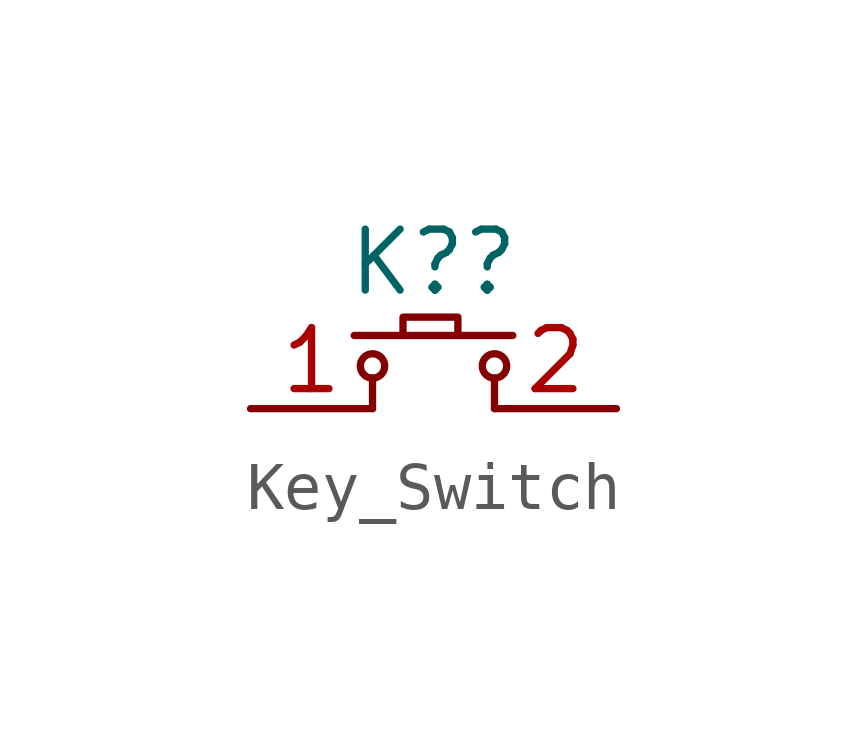
<source format=kicad_sym>
(kicad_symbol_lib
  (version 20211014)
  (generator kicad_symbol_editor)
  (symbol "Key_Switch"
    (pin_names
      (offset 1.016))
    (property "Reference" "K?"
      (at 0 3.048 0)
      (effects (font (size 1.27 1.27))))
    (symbol "Key_Switch_0_1"
      (circle (center -1.27 0.889) (radius 0.254) (stroke (width 0) (type default) (color 0 0 0 0)) (fill (type none)))
      (polyline (pts (xy -1.27 0) (xy -1.27 0.635)) (stroke (width 0) (type default) (color 0 0 0 0)) (fill (type none)))
      (polyline (pts (xy -0.635 1.524) (xy 0.508 1.524)) (stroke (width 0) (type default) (color 0 0 0 0)) (fill (type none)))
      (polyline (pts (xy 1.27 0) (xy 1.27 0.635)) (stroke (width 0) (type default) (color 0 0 0 0)) (fill (type none)))
      (polyline (pts (xy -1.651 1.524) (xy -0.635 1.524) (xy -0.635 1.905) (xy 0.508 1.905) (xy 0.508 1.524) (xy 1.651 1.524)) (stroke (width 0) (type default) (color 0 0 0 0)) (fill (type none)))
      (circle (center 1.27 0.889) (radius 0.254) (stroke (width 0) (type default) (color 0 0 0 0)) (fill (type none))))
    (symbol "Key_Switch_1_1"
      (pin passive line (at -3.81 0 0) (length 2.54) (name "~" (effects (font (size 1.27 1.27)))) (number "1" (effects (font (size 1.27 1.27)))))
      (pin passive line (at 3.81 0 180) (length 2.54) (name "~" (effects (font (size 1.27 1.27)))) (number "2" (effects (font (size 1.27 1.27))))))))
</source>
